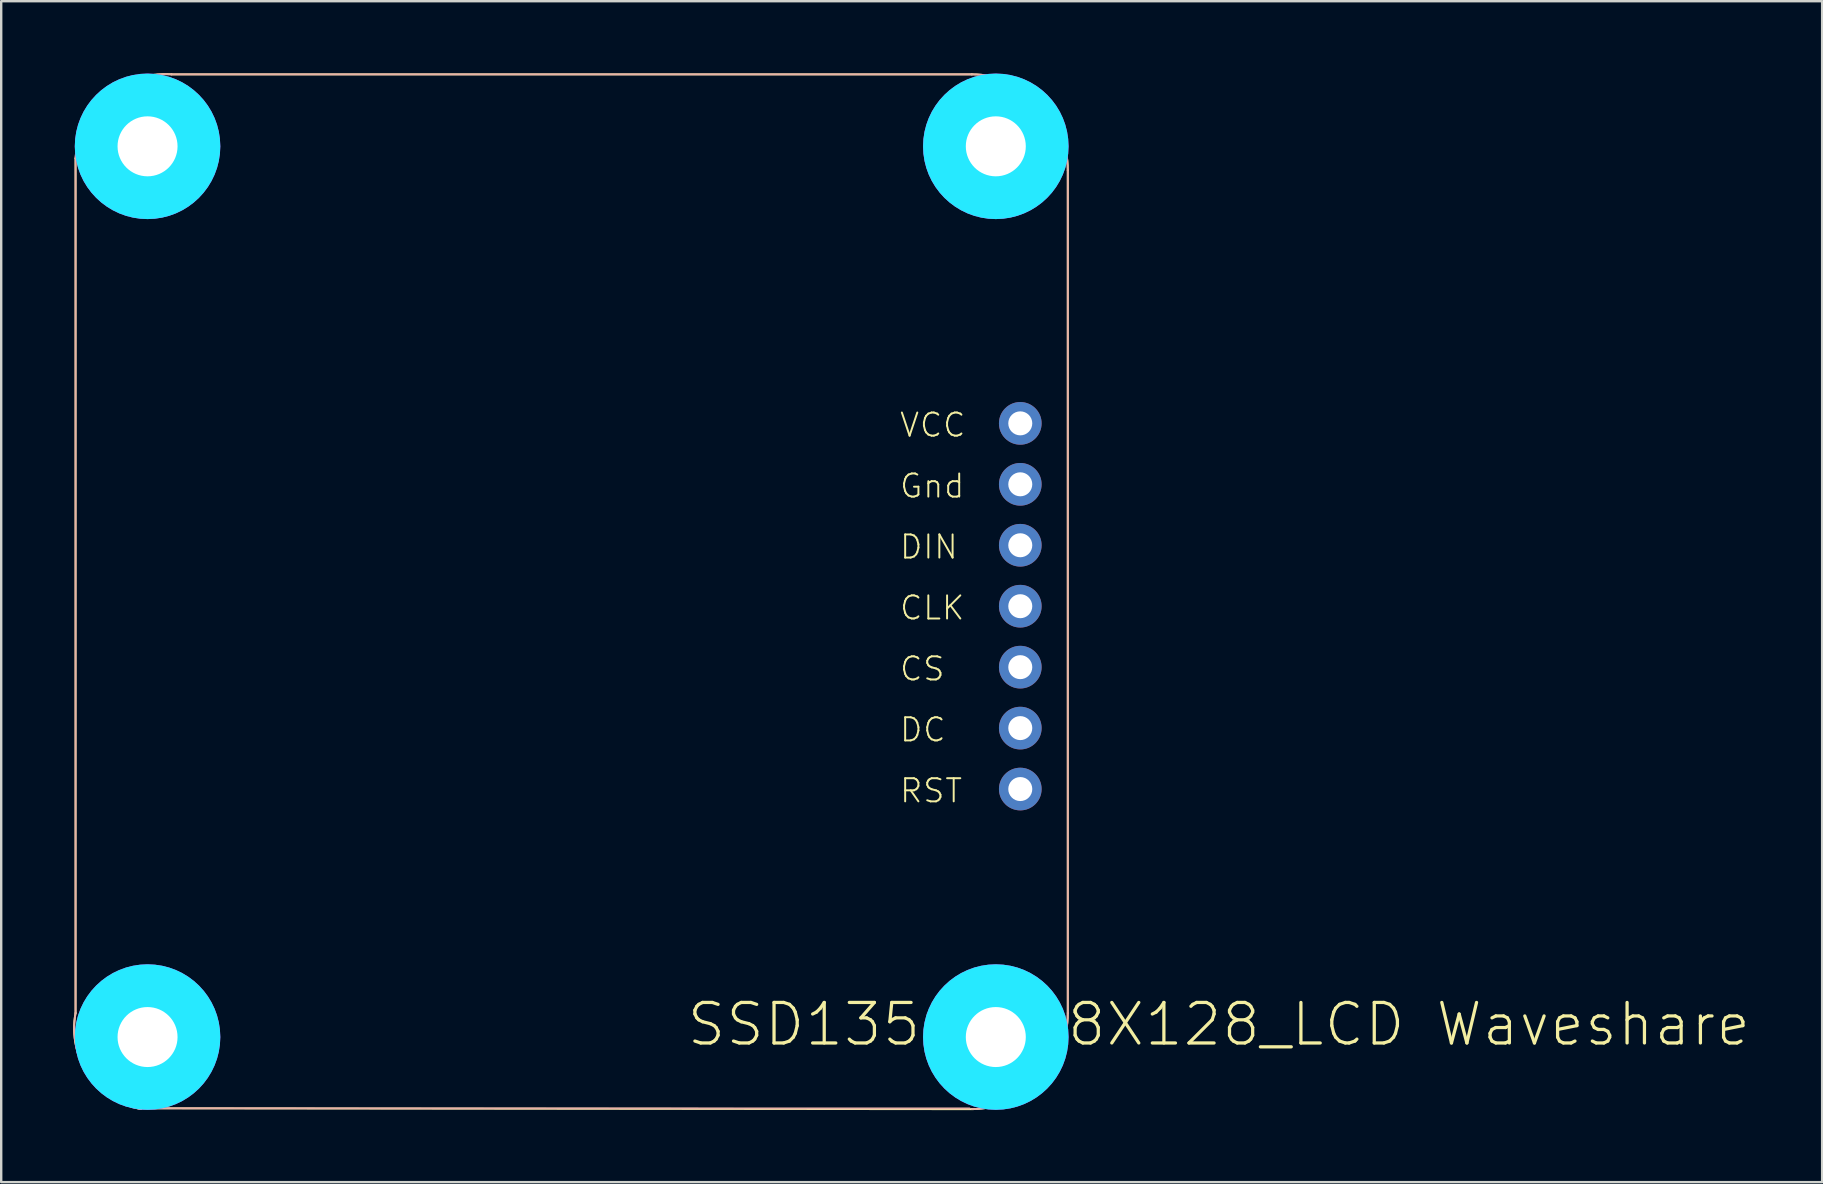
<source format=kicad_pcb>
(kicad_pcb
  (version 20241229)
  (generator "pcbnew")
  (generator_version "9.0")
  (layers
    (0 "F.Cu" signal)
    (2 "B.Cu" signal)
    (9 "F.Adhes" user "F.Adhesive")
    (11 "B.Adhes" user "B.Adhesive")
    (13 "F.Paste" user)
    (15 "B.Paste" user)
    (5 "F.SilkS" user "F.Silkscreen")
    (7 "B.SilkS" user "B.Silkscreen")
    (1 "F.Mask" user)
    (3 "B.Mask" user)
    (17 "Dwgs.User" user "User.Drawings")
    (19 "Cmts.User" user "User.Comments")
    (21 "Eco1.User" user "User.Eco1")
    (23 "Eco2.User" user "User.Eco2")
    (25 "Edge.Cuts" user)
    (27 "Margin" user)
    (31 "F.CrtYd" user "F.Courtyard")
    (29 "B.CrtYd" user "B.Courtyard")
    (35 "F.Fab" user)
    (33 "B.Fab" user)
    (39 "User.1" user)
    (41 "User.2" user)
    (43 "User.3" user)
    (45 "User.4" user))
  (footprint "SSD1351_128X128_LCD Waveshare"
    (layer "F.Cu")
    (at 19.149 20.308)
    (property "Reference" "SSD1351_128X128_LCD Waveshare" (at 6.35 20.32 0) (layer "F.SilkS") (effects (font (size 1.689 1.689) (thickness 0.135)) (justify left bottom)))
    (attr through_hole)
    (fp_line (start -19.05 18.86) (end -19.05 -16.76) (stroke (width 0.08) (type solid)) (layer "F.SilkS"))
    (fp_line (start -15.05 -20.26) (end 18.3 -20.26) (stroke (width 0.08) (type solid)) (layer "F.SilkS"))
    (fp_line (start 18.365 22.866) (end -16.258 22.829) (stroke (width 0.08) (type solid)) (layer "F.SilkS"))
    (fp_line (start 22.3 -16.26) (end 22.3 18.86) (stroke (width 0.08) (type solid)) (layer "F.SilkS"))
    (fp_arc (start -19.05 -16.76001) (mid -17.774872 -19.338427) (end -15.050009 -20.260006) (stroke (width 0.080009) (type solid)) (layer "F.SilkS"))
    (fp_arc (start -16.320007 22.86) (mid -18.513429 21.425404) (end -19.05 18.860009) (stroke (width 0.080009) (type solid)) (layer "F.SilkS"))
    (fp_arc (start 18.299986 -20.260006) (mid 21.128435 -19.088436) (end 22.300006 -16.259987) (stroke (width 0.080009) (type solid)) (layer "F.SilkS"))
    (fp_arc (start 22.300006 18.860008) (mid 21.128426 21.688439) (end 18.299987 22.86) (stroke (width 0.080009) (type solid)) (layer "F.SilkS"))
    (fp_circle (center -16.05 -17.26) (end -14.3 -17.26) (stroke (width 0.152) (type solid)) (fill no) (layer "F.SilkS"))
    (fp_circle (center -16.05 19.86) (end -14.3 19.86) (stroke (width 0.152) (type solid)) (fill no) (layer "F.SilkS"))
    (fp_circle (center 19.3 -17.26) (end 21.05 -17.26) (stroke (width 0.152) (type solid)) (fill no) (layer "F.SilkS"))
    (fp_circle (center 19.3 19.86) (end 21.05 19.86) (stroke (width 0.152) (type solid)) (fill no) (layer "F.SilkS"))
    (fp_line (start -19.05 18.86) (end -19.05 -16.76) (stroke (width 0.08) (type solid)) (layer "B.SilkS"))
    (fp_line (start -15.05 -20.26) (end 18.3 -20.26) (stroke (width 0.08) (type solid)) (layer "B.SilkS"))
    (fp_line (start 18.206 22.835) (end -16.447 22.829) (stroke (width 0.08) (type solid)) (layer "B.SilkS"))
    (fp_line (start 22.3 -16.26) (end 22.3 18.86) (stroke (width 0.08) (type solid)) (layer "B.SilkS"))
    (fp_arc (start -19.05 -16.76001) (mid -17.774872 -19.338427) (end -15.050009 -20.260006) (stroke (width 0.080009) (type solid)) (layer "B.SilkS"))
    (fp_arc (start -16.320007 22.86) (mid -18.513429 21.425404) (end -19.05 18.860009) (stroke (width 0.080009) (type solid)) (layer "B.SilkS"))
    (fp_arc (start 18.299986 -20.260006) (mid 21.128435 -19.088436) (end 22.300006 -16.259987) (stroke (width 0.080009) (type solid)) (layer "B.SilkS"))
    (fp_arc (start 22.300006 18.860008) (mid 21.128426 21.688439) (end 18.299987 22.86) (stroke (width 0.080009) (type solid)) (layer "B.SilkS"))
    (fp_circle (center -16.05 -17.26) (end -15.05 -17.26) (stroke (width 2.032) (type solid)) (fill no) (layer "B.CrtYd"))
    (fp_circle (center -16.05 19.86) (end -15.05 19.86) (stroke (width 2.032) (type solid)) (fill no) (layer "B.CrtYd"))
    (fp_circle (center 19.3 -17.26) (end 20.3 -17.26) (stroke (width 2.032) (type solid)) (fill no) (layer "B.CrtYd"))
    (fp_circle (center 19.3 19.86) (end 20.3 19.86) (stroke (width 2.032) (type solid)) (fill no) (layer "B.CrtYd"))
    (fp_circle (center -16.05 -17.26) (end -15.05 -17.26) (stroke (width 2.032) (type solid)) (fill no) (layer "F.CrtYd"))
    (fp_circle (center -16.05 19.86) (end -15.05 19.86) (stroke (width 2.032) (type solid)) (fill no) (layer "F.CrtYd"))
    (fp_circle (center 19.3 -17.26) (end 20.3 -17.26) (stroke (width 2.032) (type solid)) (fill no) (layer "F.CrtYd"))
    (fp_circle (center 19.3 19.86) (end 20.3 19.86) (stroke (width 2.032) (type solid)) (fill no) (layer "F.CrtYd"))
    (fp_poly (pts (xy 20.066 4.699) (xy 20.574 4.699) (xy 20.574 4.191) (xy 20.066 4.191)) (stroke (width 0.1) (type solid)) (fill no) (layer "F.Fab"))
    (fp_poly (pts (xy 20.066 7.239) (xy 20.574 7.239) (xy 20.574 6.731) (xy 20.066 6.731)) (stroke (width 0.1) (type solid)) (fill no) (layer "F.Fab"))
    (fp_poly (pts (xy 20.066 9.779) (xy 20.574 9.779) (xy 20.574 9.271) (xy 20.066 9.271)) (stroke (width 0.1) (type solid)) (fill no) (layer "F.Fab"))
    (fp_poly (pts (xy 20.066 -5.461) (xy 20.574 -5.461) (xy 20.574 -5.969) (xy 20.066 -5.969)) (stroke (width 0.1) (type solid)) (fill no) (layer "F.Fab"))
    (fp_poly (pts (xy 20.066 -2.921) (xy 20.574 -2.921) (xy 20.574 -3.429) (xy 20.066 -3.429)) (stroke (width 0.1) (type solid)) (fill no) (layer "F.Fab"))
    (fp_poly (pts (xy 20.066 -0.381) (xy 20.574 -0.381) (xy 20.574 -0.889) (xy 20.066 -0.889)) (stroke (width 0.1) (type solid)) (fill no) (layer "F.Fab"))
    (fp_poly (pts (xy 20.066 2.159) (xy 20.574 2.159) (xy 20.574 1.651) (xy 20.066 1.651)) (stroke (width 0.1) (type solid)) (fill no) (layer "F.Fab"))
    (fp_text user "DIN" (at 15.24 0 0) (layer "F.SilkS") (effects (font (size 0.965 0.965) (thickness 0.081)) (justify left bottom)))
    (fp_text user "DC" (at 15.24 7.62 0) (layer "F.SilkS") (effects (font (size 0.965 0.965) (thickness 0.081)) (justify left bottom)))
    (fp_text user "CLK" (at 15.24 2.54 0) (layer "F.SilkS") (effects (font (size 0.965 0.965) (thickness 0.081)) (justify left bottom)))
    (fp_text user "RST" (at 15.24 10.16 0) (layer "F.SilkS") (effects (font (size 0.965 0.965) (thickness 0.081)) (justify left bottom)))
    (fp_text user "Gnd" (at 15.24 -2.54 0) (layer "F.SilkS") (effects (font (size 0.965 0.965) (thickness 0.081)) (justify left bottom)))
    (fp_text user "CS" (at 15.24 5.08 0) (layer "F.SilkS") (effects (font (size 0.965 0.965) (thickness 0.081)) (justify left bottom)))
    (fp_text user "VCC" (at 15.24 -5.08 0) (layer "F.SilkS") (effects (font (size 0.965 0.965) (thickness 0.081)) (justify left bottom)))
    (pad "JP1$1" thru_hole circle (at 20.32 -5.715 90) (size 1.778 1.778) (drill 1) (layers "*.Cu" "*.Mask"))
    (pad "JP1$2" thru_hole circle (at 20.32 -3.175 90) (size 1.778 1.778) (drill 1) (layers "*.Cu" "*.Mask"))
    (pad "JP1$3" thru_hole circle (at 20.32 -0.635 90) (size 1.778 1.778) (drill 1) (layers "*.Cu" "*.Mask"))
    (pad "JP1$4" thru_hole circle (at 20.32 1.905 90) (size 1.778 1.778) (drill 1) (layers "*.Cu" "*.Mask"))
    (pad "JP1$5" thru_hole circle (at 20.32 4.445 90) (size 1.778 1.778) (drill 1) (layers "*.Cu" "*.Mask"))
    (pad "JP1$6" thru_hole circle (at 20.32 6.985 90) (size 1.778 1.778) (drill 1) (layers "*.Cu" "*.Mask"))
    (pad "JP1$7" thru_hole circle (at 20.32 9.525 90) (size 1.778 1.778) (drill 1) (layers "*.Cu" "*.Mask"))
    (pad "U$23$P$1" thru_hole circle (at 19.3 -17.26) (size 3.2 3.2) (drill 2.5) (layers "*.Cu" "*.Mask"))
    (pad "U$24$P$1" thru_hole circle (at -16.05 19.86) (size 3.2 3.2) (drill 2.5) (layers "*.Cu" "*.Mask"))
    (pad "U$25$P$1" thru_hole circle (at 19.3 19.86) (size 3.2 3.2) (drill 2.5) (layers "*.Cu" "*.Mask"))
    (pad "U$26$P$1" thru_hole circle (at -16.05 -17.26) (size 3.2 3.2) (drill 2.5) (layers "*.Cu" "*.Mask")))
  (gr_rect
    (start -3 -3)
    (end 72.886 46.215)
    (stroke (width 0.1) (type default))
    (fill no)
    (layer "Edge.Cuts")))
</source>
